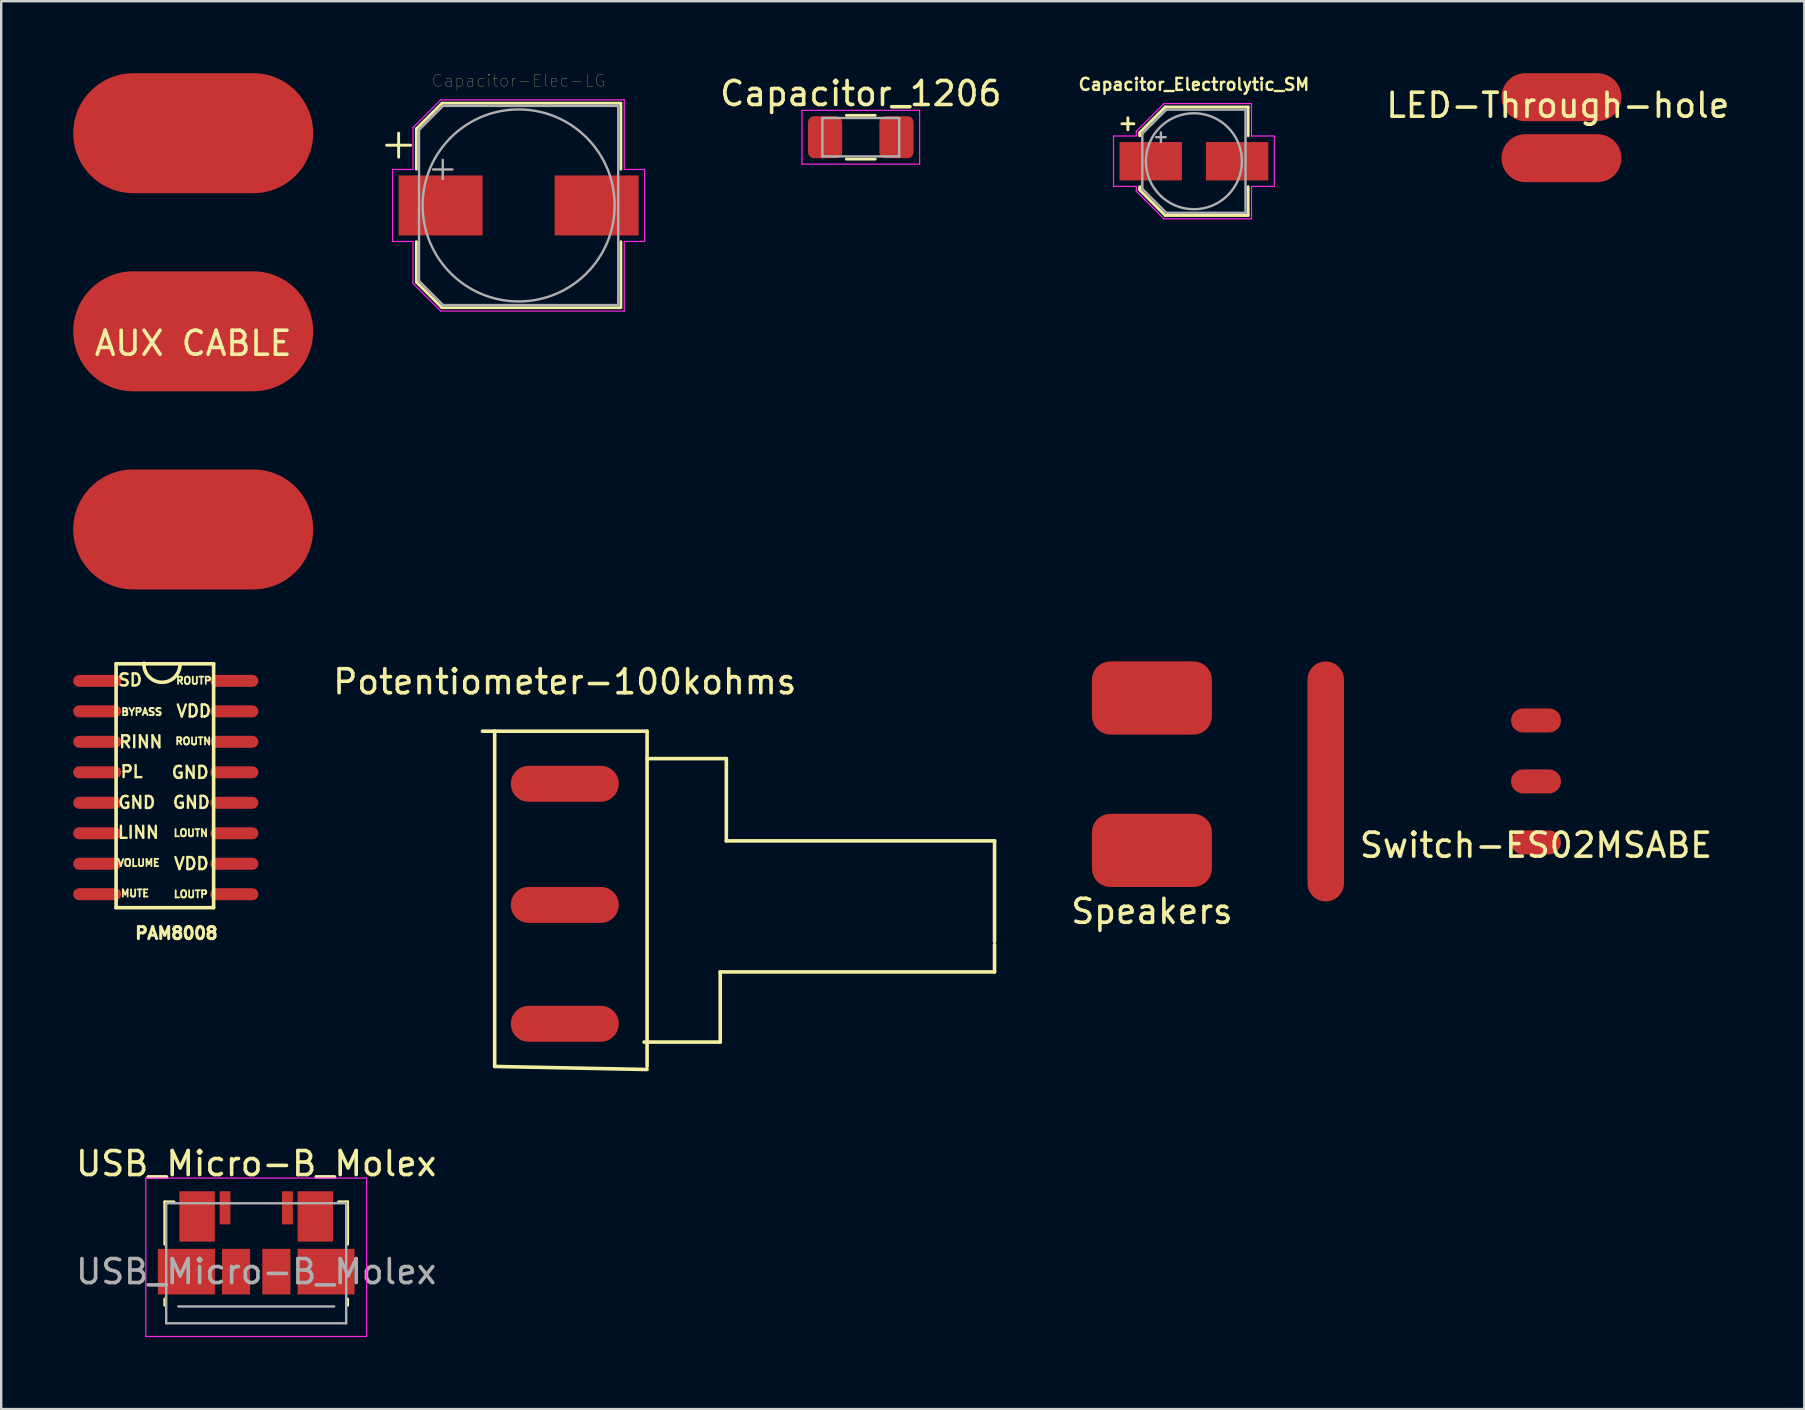
<source format=kicad_pcb>
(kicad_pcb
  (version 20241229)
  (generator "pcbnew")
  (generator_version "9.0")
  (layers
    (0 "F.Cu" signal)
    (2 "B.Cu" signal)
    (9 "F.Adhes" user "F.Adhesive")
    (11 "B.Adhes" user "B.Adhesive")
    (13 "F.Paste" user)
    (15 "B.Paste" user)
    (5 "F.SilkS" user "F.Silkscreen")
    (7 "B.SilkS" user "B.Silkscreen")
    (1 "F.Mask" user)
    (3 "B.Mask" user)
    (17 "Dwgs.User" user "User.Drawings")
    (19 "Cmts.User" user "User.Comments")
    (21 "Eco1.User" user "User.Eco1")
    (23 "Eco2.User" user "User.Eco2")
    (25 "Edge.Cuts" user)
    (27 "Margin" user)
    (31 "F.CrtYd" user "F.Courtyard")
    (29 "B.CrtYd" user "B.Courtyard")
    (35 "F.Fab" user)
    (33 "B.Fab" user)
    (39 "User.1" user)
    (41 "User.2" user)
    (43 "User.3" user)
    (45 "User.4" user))
  (footprint "Capacitor_Electrolytic_SM"
    (layer "F.Cu")
    (at 46.697 3.668)
    (property "Reference" "Capacitor_Electrolytic_SM" (at 0 -3.2 0) (layer "F.SilkS") (effects (font (size 0.5 0.5) (thickness 0.1))))
    (attr smd)
    (fp_line (start -3 -1.56) (end -2.5 -1.56) (stroke (width 0.12) (type solid)) (layer "F.SilkS"))
    (fp_line (start -2.75 -1.81) (end -2.75 -1.31) (stroke (width 0.12) (type solid)) (layer "F.SilkS"))
    (fp_line (start -2.26 -1.196) (end -2.26 -1.06) (stroke (width 0.12) (type solid)) (layer "F.SilkS"))
    (fp_line (start -2.26 -1.196) (end -1.196 -2.26) (stroke (width 0.12) (type solid)) (layer "F.SilkS"))
    (fp_line (start -2.26 1.196) (end -2.26 1.06) (stroke (width 0.12) (type solid)) (layer "F.SilkS"))
    (fp_line (start -2.26 1.196) (end -1.196 2.26) (stroke (width 0.12) (type solid)) (layer "F.SilkS"))
    (fp_line (start -1.196 -2.26) (end 2.26 -2.26) (stroke (width 0.12) (type solid)) (layer "F.SilkS"))
    (fp_line (start -1.196 2.26) (end 2.26 2.26) (stroke (width 0.12) (type solid)) (layer "F.SilkS"))
    (fp_line (start 2.26 -2.26) (end 2.26 -1.06) (stroke (width 0.12) (type solid)) (layer "F.SilkS"))
    (fp_line (start 2.26 2.26) (end 2.26 1.06) (stroke (width 0.12) (type solid)) (layer "F.SilkS"))
    (fp_line (start -3.35 -1.05) (end -3.35 1.05) (stroke (width 0.05) (type solid)) (layer "F.CrtYd"))
    (fp_line (start -3.35 1.05) (end -2.4 1.05) (stroke (width 0.05) (type solid)) (layer "F.CrtYd"))
    (fp_line (start -2.4 -1.25) (end -2.4 -1.05) (stroke (width 0.05) (type solid)) (layer "F.CrtYd"))
    (fp_line (start -2.4 -1.25) (end -1.25 -2.4) (stroke (width 0.05) (type solid)) (layer "F.CrtYd"))
    (fp_line (start -2.4 -1.05) (end -3.35 -1.05) (stroke (width 0.05) (type solid)) (layer "F.CrtYd"))
    (fp_line (start -2.4 1.05) (end -2.4 1.25) (stroke (width 0.05) (type solid)) (layer "F.CrtYd"))
    (fp_line (start -2.4 1.25) (end -1.25 2.4) (stroke (width 0.05) (type solid)) (layer "F.CrtYd"))
    (fp_line (start -1.25 -2.4) (end 2.4 -2.4) (stroke (width 0.05) (type solid)) (layer "F.CrtYd"))
    (fp_line (start -1.25 2.4) (end 2.4 2.4) (stroke (width 0.05) (type solid)) (layer "F.CrtYd"))
    (fp_line (start 2.4 -2.4) (end 2.4 -1.05) (stroke (width 0.05) (type solid)) (layer "F.CrtYd"))
    (fp_line (start 2.4 -1.05) (end 3.35 -1.05) (stroke (width 0.05) (type solid)) (layer "F.CrtYd"))
    (fp_line (start 2.4 1.05) (end 2.4 2.4) (stroke (width 0.05) (type solid)) (layer "F.CrtYd"))
    (fp_line (start 3.35 -1.05) (end 3.35 1.05) (stroke (width 0.05) (type solid)) (layer "F.CrtYd"))
    (fp_line (start 3.35 1.05) (end 2.4 1.05) (stroke (width 0.05) (type solid)) (layer "F.CrtYd"))
    (fp_line (start -2.15 -1.15) (end -2.15 1.15) (stroke (width 0.1) (type solid)) (layer "F.Fab"))
    (fp_line (start -2.15 -1.15) (end -1.15 -2.15) (stroke (width 0.1) (type solid)) (layer "F.Fab"))
    (fp_line (start -2.15 1.15) (end -1.15 2.15) (stroke (width 0.1) (type solid)) (layer "F.Fab"))
    (fp_line (start -1.575 -1) (end -1.175 -1) (stroke (width 0.1) (type solid)) (layer "F.Fab"))
    (fp_line (start -1.375 -1.2) (end -1.375 -0.8) (stroke (width 0.1) (type solid)) (layer "F.Fab"))
    (fp_line (start -1.15 -2.15) (end 2.15 -2.15) (stroke (width 0.1) (type solid)) (layer "F.Fab"))
    (fp_line (start -1.15 2.15) (end 2.15 2.15) (stroke (width 0.1) (type solid)) (layer "F.Fab"))
    (fp_line (start 2.15 -2.15) (end 2.15 2.15) (stroke (width 0.1) (type solid)) (layer "F.Fab"))
    (fp_circle (center 0 0) (end 2 0) (stroke (width 0.1) (type solid)) (fill no) (layer "F.Fab"))
    (fp_text user "" (at 0 0 0) (layer "F.Fab") (effects (font (size 0.8 0.8) (thickness 0.12))))
    (pad "1" smd rect (at -1.8 0) (size 2.6 1.6) (layers "F.Cu" "F.Mask" "F.Paste"))
    (pad "2" smd rect (at 1.8 0) (size 2.6 1.6) (layers "F.Cu" "F.Mask" "F.Paste")))
  (footprint "Switch-ES02MSABE"
    (layer "F.Cu")
    (at 60.952 31.669)
    (property "Reference" "Switch-ES02MSABE" (at 0 0.5 0) (layer "F.SilkS") (effects (font (size 1 1) (thickness 0.15))))
    (attr through_hole)
    (pad "" smd oval (at -8.763 -2.159 90) (size 10 1.52) (layers "F.Cu" "F.Mask" "F.Paste"))
    (pad "1" smd oval (at 0 -4.699) (size 2.08 1) (layers "F.Cu" "F.Mask" "F.Paste"))
    (pad "2" smd oval (at 0 -2.159) (size 2.08 1) (layers "F.Cu" "F.Mask" "F.Paste"))
    (pad "3" smd oval (at 0 0.381) (size 2.08 1) (layers "F.Cu" "F.Mask" "F.Paste")))
  (footprint "Capacitor-Elec-LG"
    (layer "F.Cu")
    (at 18.56 5.51)
    (property "Reference" "Capacitor-Elec-LG" (at 0 -5.2 0) (layer "F.SilkS") (effects (font (size 0.5 0.5) (thickness 0.01))))
    (attr smd)
    (fp_line (start -5.5 -2.51) (end -4.5 -2.51) (stroke (width 0.12) (type solid)) (layer "F.SilkS"))
    (fp_line (start -5 -3.01) (end -5 -2.01) (stroke (width 0.12) (type solid)) (layer "F.SilkS"))
    (fp_line (start -4.26 -3.196) (end -4.26 -1.51) (stroke (width 0.12) (type solid)) (layer "F.SilkS"))
    (fp_line (start -4.26 -3.196) (end -3.196 -4.26) (stroke (width 0.12) (type solid)) (layer "F.SilkS"))
    (fp_line (start -4.26 3.196) (end -4.26 1.51) (stroke (width 0.12) (type solid)) (layer "F.SilkS"))
    (fp_line (start -4.26 3.196) (end -3.196 4.26) (stroke (width 0.12) (type solid)) (layer "F.SilkS"))
    (fp_line (start -3.196 -4.26) (end 4.26 -4.26) (stroke (width 0.12) (type solid)) (layer "F.SilkS"))
    (fp_line (start -3.196 4.26) (end 4.26 4.26) (stroke (width 0.12) (type solid)) (layer "F.SilkS"))
    (fp_line (start 4.26 -4.26) (end 4.26 -1.51) (stroke (width 0.12) (type solid)) (layer "F.SilkS"))
    (fp_line (start 4.26 4.26) (end 4.26 1.51) (stroke (width 0.12) (type solid)) (layer "F.SilkS"))
    (fp_line (start -5.25 -1.5) (end -5.25 1.5) (stroke (width 0.05) (type solid)) (layer "F.CrtYd"))
    (fp_line (start -5.25 1.5) (end -4.4 1.5) (stroke (width 0.05) (type solid)) (layer "F.CrtYd"))
    (fp_line (start -4.4 -3.25) (end -4.4 -1.5) (stroke (width 0.05) (type solid)) (layer "F.CrtYd"))
    (fp_line (start -4.4 -3.25) (end -3.25 -4.4) (stroke (width 0.05) (type solid)) (layer "F.CrtYd"))
    (fp_line (start -4.4 -1.5) (end -5.25 -1.5) (stroke (width 0.05) (type solid)) (layer "F.CrtYd"))
    (fp_line (start -4.4 1.5) (end -4.4 3.25) (stroke (width 0.05) (type solid)) (layer "F.CrtYd"))
    (fp_line (start -4.4 3.25) (end -3.25 4.4) (stroke (width 0.05) (type solid)) (layer "F.CrtYd"))
    (fp_line (start -3.25 -4.4) (end 4.4 -4.4) (stroke (width 0.05) (type solid)) (layer "F.CrtYd"))
    (fp_line (start -3.25 4.4) (end 4.4 4.4) (stroke (width 0.05) (type solid)) (layer "F.CrtYd"))
    (fp_line (start 4.4 -4.4) (end 4.4 -1.5) (stroke (width 0.05) (type solid)) (layer "F.CrtYd"))
    (fp_line (start 4.4 -1.5) (end 5.25 -1.5) (stroke (width 0.05) (type solid)) (layer "F.CrtYd"))
    (fp_line (start 4.4 1.5) (end 4.4 4.4) (stroke (width 0.05) (type solid)) (layer "F.CrtYd"))
    (fp_line (start 5.25 -1.5) (end 5.25 1.5) (stroke (width 0.05) (type solid)) (layer "F.CrtYd"))
    (fp_line (start 5.25 1.5) (end 4.4 1.5) (stroke (width 0.05) (type solid)) (layer "F.CrtYd"))
    (fp_line (start -4.15 -3.15) (end -4.15 3.15) (stroke (width 0.1) (type solid)) (layer "F.Fab"))
    (fp_line (start -4.15 -3.15) (end -3.15 -4.15) (stroke (width 0.1) (type solid)) (layer "F.Fab"))
    (fp_line (start -4.15 3.15) (end -3.15 4.15) (stroke (width 0.1) (type solid)) (layer "F.Fab"))
    (fp_line (start -3.562 -1.5) (end -2.762 -1.5) (stroke (width 0.1) (type solid)) (layer "F.Fab"))
    (fp_line (start -3.162 -1.9) (end -3.162 -1.1) (stroke (width 0.1) (type solid)) (layer "F.Fab"))
    (fp_line (start -3.15 -4.15) (end 4.15 -4.15) (stroke (width 0.1) (type solid)) (layer "F.Fab"))
    (fp_line (start -3.15 4.15) (end 4.15 4.15) (stroke (width 0.1) (type solid)) (layer "F.Fab"))
    (fp_line (start 4.15 -4.15) (end 4.15 4.15) (stroke (width 0.1) (type solid)) (layer "F.Fab"))
    (fp_circle (center 0 0) (end 4 0) (stroke (width 0.1) (type solid)) (fill no) (layer "F.Fab"))
    (fp_text user "" (at 0 0 0) (layer "F.Fab") (effects (font (size 1 1) (thickness 0.15))))
    (pad "" smd rect (at -3.25 0) (size 3.5 2.5) (layers "F.Cu" "F.Mask" "F.Paste"))
    (pad "" smd rect (at 3.25 0) (size 3.5 2.5) (layers "F.Cu" "F.Mask" "F.Paste")))
  (footprint "Potentiometer-100kohms"
    (layer "F.Cu")
    (at 20.483 39.608)
    (property "Reference" "Potentiometer-100kohms" (at 0 -14.25 0) (layer "F.SilkS") (effects (font (size 1 1) (thickness 0.15))))
    (attr through_hole)
    (fp_line (start -3.429 -12.192) (end 3.429 -12.192) (stroke (width 0.15) (type solid)) (layer "F.SilkS"))
    (fp_line (start -2.921 1.778) (end -2.921 -12.192) (stroke (width 0.15) (type solid)) (layer "F.SilkS"))
    (fp_line (start 3.429 -12.192) (end 3.429 1.778) (stroke (width 0.15) (type solid)) (layer "F.SilkS"))
    (fp_line (start 3.429 -11.049) (end 6.731 -11.049) (stroke (width 0.15) (type solid)) (layer "F.SilkS"))
    (fp_line (start 3.429 1.905) (end -2.921 1.778) (stroke (width 0.15) (type solid)) (layer "F.SilkS"))
    (fp_line (start 6.477 -2.159) (end 6.477 0.762) (stroke (width 0.15) (type solid)) (layer "F.SilkS"))
    (fp_line (start 6.477 0.762) (end 3.302 0.762) (stroke (width 0.15) (type solid)) (layer "F.SilkS"))
    (fp_line (start 6.731 -11.049) (end 6.731 -7.62) (stroke (width 0.15) (type solid)) (layer "F.SilkS"))
    (fp_line (start 6.731 -7.62) (end 17.907 -7.62) (stroke (width 0.15) (type solid)) (layer "F.SilkS"))
    (fp_line (start 17.907 -7.62) (end 17.907 -3.429) (stroke (width 0.15) (type solid)) (layer "F.SilkS"))
    (fp_line (start 17.907 -3.302) (end 17.907 -2.159) (stroke (width 0.15) (type solid)) (layer "F.SilkS"))
    (fp_line (start 17.907 -2.159) (end 6.477 -2.159) (stroke (width 0.15) (type solid)) (layer "F.SilkS"))
    (pad "" smd oval (at 0 -10) (size 4.5 1.5) (layers "F.Cu" "F.Mask" "F.Paste"))
    (pad "" smd oval (at 0 -4.953) (size 4.5 1.5) (layers "F.Cu" "F.Mask" "F.Paste"))
    (pad "" smd oval (at 0 0) (size 4.5 1.5) (layers "F.Cu" "F.Mask" "F.Paste")))
  (footprint "USB_Micro-B_Molex"
    (layer "F.Cu")
    (at 7.625 48.736)
    (property "Reference" "USB_Micro-B_Molex" (at 0 -3.3 180) (layer "F.SilkS") (effects (font (size 1 1) (thickness 0.15))))
    (attr smd)
    (fp_line (start -3.81 -1.71) (end -3.43 -1.71) (stroke (width 0.12) (type solid)) (layer "F.SilkS"))
    (fp_line (start -3.81 0.06) (end -3.81 -1.71) (stroke (width 0.12) (type solid)) (layer "F.SilkS"))
    (fp_line (start -3.81 2.6) (end -3.81 2.34) (stroke (width 0.12) (type solid)) (layer "F.SilkS"))
    (fp_line (start 3.81 -1.71) (end 3.43 -1.71) (stroke (width 0.12) (type solid)) (layer "F.SilkS"))
    (fp_line (start 3.81 -1.71) (end 3.81 0.06) (stroke (width 0.12) (type solid)) (layer "F.SilkS"))
    (fp_line (start 3.81 2.34) (end 3.81 2.6) (stroke (width 0.12) (type solid)) (layer "F.SilkS"))
    (fp_line (start -4.6 -2.7) (end 4.6 -2.7) (stroke (width 0.05) (type solid)) (layer "F.CrtYd"))
    (fp_line (start -4.6 3.9) (end -4.6 -2.7) (stroke (width 0.05) (type solid)) (layer "F.CrtYd"))
    (fp_line (start 4.6 -2.7) (end 4.6 3.9) (stroke (width 0.05) (type solid)) (layer "F.CrtYd"))
    (fp_line (start 4.6 3.9) (end -4.6 3.9) (stroke (width 0.05) (type solid)) (layer "F.CrtYd"))
    (fp_line (start -3.75 -1.65) (end 3.75 -1.65) (stroke (width 0.1) (type solid)) (layer "F.Fab"))
    (fp_line (start -3.75 3.35) (end -3.75 -1.65) (stroke (width 0.1) (type solid)) (layer "F.Fab"))
    (fp_line (start -3.25 2.65) (end 3.25 2.65) (stroke (width 0.1) (type solid)) (layer "F.Fab"))
    (fp_line (start 3.75 -1.65) (end 3.75 3.35) (stroke (width 0.1) (type solid)) (layer "F.Fab"))
    (fp_line (start 3.75 3.35) (end -3.75 3.35) (stroke (width 0.1) (type solid)) (layer "F.Fab"))
    (fp_text user "" (at 0 2.67 180) (layer "Dwgs.User") (effects (font (size 0.4 0.4) (thickness 0.04))))
    (fp_text user "${REFERENCE}" (at 0 1.2 0) (layer "F.Fab") (effects (font (size 1 1) (thickness 0.15))))
    (pad "1" smd rect (at -1.3 -1.46) (size 0.45 1.38) (layers "F.Cu" "F.Mask" "F.Paste"))
    (pad "5" smd rect (at 1.3 -1.46) (size 0.45 1.38) (layers "F.Cu" "F.Mask" "F.Paste"))
    (pad "6" smd rect (at -2.91 1.2) (size 2.375 1.9) (layers "F.Cu" "F.Mask" "F.Paste"))
    (pad "6" smd rect (at -2.462 -1.1) (size 1.475 2.1) (layers "F.Cu" "F.Mask" "F.Paste"))
    (pad "6" smd rect (at -0.84 1.2) (size 1.175 1.9) (layers "F.Cu" "F.Mask" "F.Paste"))
    (pad "6" smd rect (at 0.84 1.2) (size 1.175 1.9) (layers "F.Cu" "F.Mask" "F.Paste"))
    (pad "6" smd rect (at 2.462 -1.1) (size 1.475 2.1) (layers "F.Cu" "F.Mask" "F.Paste"))
    (pad "6" smd rect (at 2.91 1.2) (size 2.375 1.9) (layers "F.Cu" "F.Mask" "F.Paste")))
  (footprint "AUX CABLE"
    (layer "F.Cu")
    (at 5 10.755)
    (property "Reference" "AUX CABLE" (at 0 0.5 0) (layer "F.SilkS") (effects (font (size 1 1) (thickness 0.15))))
    (attr through_hole)
    (pad "R" smd oval (at 0 0) (size 10 5) (layers "F.Cu" "F.Mask" "F.Paste"))
    (pad "S" smd oval (at 0 -8.255) (size 10 5) (layers "F.Cu" "F.Mask" "F.Paste"))
    (pad "T" smd oval (at 0 8.255) (size 10 5) (layers "F.Cu" "F.Mask" "F.Paste")))
  (footprint "Capacitor_1206"
    (layer "F.Cu")
    (at 32.817 2.668)
    (property "Reference" "Capacitor_1206" (at 0 -1.82 0) (layer "F.SilkS") (effects (font (size 1 1) (thickness 0.15))))
    (attr smd)
    (fp_line (start -0.602 -0.91) (end 0.602 -0.91) (stroke (width 0.12) (type solid)) (layer "F.SilkS"))
    (fp_line (start -0.602 0.91) (end 0.602 0.91) (stroke (width 0.12) (type solid)) (layer "F.SilkS"))
    (fp_line (start -2.45 -1.12) (end 2.45 -1.12) (stroke (width 0.05) (type solid)) (layer "F.CrtYd"))
    (fp_line (start -2.45 1.12) (end -2.45 -1.12) (stroke (width 0.05) (type solid)) (layer "F.CrtYd"))
    (fp_line (start 2.45 -1.12) (end 2.45 1.12) (stroke (width 0.05) (type solid)) (layer "F.CrtYd"))
    (fp_line (start 2.45 1.12) (end -2.45 1.12) (stroke (width 0.05) (type solid)) (layer "F.CrtYd"))
    (fp_line (start -1.6 -0.8) (end 1.6 -0.8) (stroke (width 0.1) (type solid)) (layer "F.Fab"))
    (fp_line (start -1.6 0.8) (end -1.6 -0.8) (stroke (width 0.1) (type solid)) (layer "F.Fab"))
    (fp_line (start 1.6 -0.8) (end 1.6 0.8) (stroke (width 0.1) (type solid)) (layer "F.Fab"))
    (fp_line (start 1.6 0.8) (end -1.6 0.8) (stroke (width 0.1) (type solid)) (layer "F.Fab"))
    (pad "1" smd roundrect (at -1.488 0) (size 1.425 1.75) (layers "F.Cu" "F.Mask" "F.Paste") (roundrect_rratio 0.175))
    (pad "2" smd roundrect (at 1.488 0) (size 1.425 1.75) (layers "F.Cu" "F.Mask" "F.Paste") (roundrect_rratio 0.175)))
  (footprint "LED-Through-hole"
    (layer "F.Cu")
    (at 62.012 3.54)
    (property "Reference" "LED-Through-hole" (at -0.15 -2.202 0) (layer "F.SilkS") (effects (font (size 1 1) (thickness 0.15))))
    (attr through_hole)
    (pad "1" smd oval (at 0 0) (size 5 2) (layers "F.Cu" "F.Mask" "F.Paste"))
    (pad "2" smd oval (at 0 -2.54) (size 5 2) (layers "F.Cu" "F.Mask" "F.Paste")))
  (footprint "Speakers"
    (layer "F.Cu")
    (at 44.947 29.844)
    (property "Reference" "Speakers" (at 0 5.08 0) (layer "F.SilkS") (effects (font (size 1 1) (thickness 0.15))))
    (attr smd)
    (pad "1" smd roundrect (at 0 -3.81) (size 5 3.048) (layers "F.Cu" "F.Mask" "F.Paste") (roundrect_rratio 0.25))
    (pad "2" smd roundrect (at 0 2.54) (size 5 3.048) (layers "F.Cu" "F.Mask" "F.Paste") (roundrect_rratio 0.25)))
  (footprint "PAM8008"
    (layer "F.Cu")
    (at 4.175 27.86)
    (property "Reference" "PAM8008" (at 0.125 7.975 0) (layer "F.SilkS") (effects (font (size 0.5 0.5) (thickness 0.125))))
    (attr smd)
    (fp_line (start -2.388 -3.251) (end -2.388 6.909) (stroke (width 0.15) (type solid)) (layer "F.SilkS"))
    (fp_line (start -2.388 6.909) (end 1.676 6.909) (stroke (width 0.15) (type solid)) (layer "F.SilkS"))
    (fp_line (start 1.676 -3.251) (end -2.388 -3.251) (stroke (width 0.15) (type solid)) (layer "F.SilkS"))
    (fp_line (start 1.676 6.909) (end 1.676 -3.251) (stroke (width 0.15) (type solid)) (layer "F.SilkS"))
    (fp_arc (start 0.27445 -3.167351) (mid -0.528825 -2.475266) (end -1.224999 -3.274999) (stroke (width 0.15) (type solid)) (layer "F.SilkS"))
    (fp_text user "GND" (at 0.7 1.275 0) (layer "F.SilkS") (effects (font (size 0.5 0.5) (thickness 0.1))))
    (fp_text user "MUTE" (at -1.6 6.312 0) (layer "F.SilkS") (effects (font (size 0.3 0.3) (thickness 0.075))))
    (fp_text user "LOUTP" (at 0.725 6.35 0) (layer "F.SilkS") (effects (font (size 0.3 0.3) (thickness 0.075))))
    (fp_text user "LOUTN" (at 0.725 3.8 0) (layer "F.SilkS") (effects (font (size 0.3 0.3) (thickness 0.075))))
    (fp_text user "PL" (at -1.74 1.245 0) (layer "F.SilkS") (effects (font (size 0.5 0.5) (thickness 0.1))))
    (fp_text user "VDD" (at 0.75 5.075 0) (layer "F.SilkS") (effects (font (size 0.5 0.5) (thickness 0.1))))
    (fp_text user "GND" (at -1.524 2.527 0) (layer "F.SilkS") (effects (font (size 0.5 0.5) (thickness 0.1))))
    (fp_text user "ROUTP" (at 0.85 -2.55 0) (layer "F.SilkS") (effects (font (size 0.3 0.3) (thickness 0.075))))
    (fp_text user "VOLUME" (at -1.448 5.042 0) (layer "F.SilkS") (effects (font (size 0.3 0.3) (thickness 0.075))))
    (fp_text user "BYPASS" (at -1.321 -1.245 0) (layer "F.SilkS") (effects (font (size 0.3 0.3) (thickness 0.075))))
    (fp_text user "SD" (at -1.803 -2.578 0) (layer "F.SilkS") (effects (font (size 0.5 0.5) (thickness 0.1))))
    (fp_text user "VDD" (at 0.85 -1.283 0) (layer "F.SilkS") (effects (font (size 0.5 0.5) (thickness 0.1))))
    (fp_text user "GND" (at 0.75 2.525 0) (layer "F.SilkS") (effects (font (size 0.5 0.5) (thickness 0.1))))
    (fp_text user "LINN" (at -1.46 3.772 0) (layer "F.SilkS") (effects (font (size 0.5 0.5) (thickness 0.1))))
    (fp_text user "ROUTN" (at 0.825 -0.025 0) (layer "F.SilkS") (effects (font (size 0.3 0.3) (thickness 0.075))))
    (fp_text user "RINN" (at -1.359 0 0) (layer "F.SilkS") (effects (font (size 0.5 0.5) (thickness 0.1))))
    (pad "1" smd oval (at -3.175 -2.54) (size 2 0.5) (layers "F.Cu" "F.Mask" "F.Paste"))
    (pad "2" smd oval (at -3.175 -1.27) (size 2 0.5) (layers "F.Cu" "F.Mask" "F.Paste"))
    (pad "3" smd oval (at -3.175 0) (size 2 0.5) (layers "F.Cu" "F.Mask" "F.Paste"))
    (pad "4" smd oval (at -3.175 1.27) (size 2 0.5) (layers "F.Cu" "F.Mask" "F.Paste"))
    (pad "5" smd oval (at -3.175 2.54) (size 2 0.5) (layers "F.Cu" "F.Mask" "F.Paste"))
    (pad "6" smd oval (at -3.175 3.81) (size 2 0.5) (layers "F.Cu" "F.Mask" "F.Paste"))
    (pad "7" smd oval (at -3.175 5.08) (size 2 0.5) (layers "F.Cu" "F.Mask" "F.Paste"))
    (pad "8" smd oval (at -3.175 6.35) (size 2 0.5) (layers "F.Cu" "F.Mask" "F.Paste"))
    (pad "9" smd oval (at 2.54 6.35) (size 2 0.5) (layers "F.Cu" "F.Mask" "F.Paste"))
    (pad "10" smd oval (at 2.54 5.08) (size 2 0.5) (layers "F.Cu" "F.Mask" "F.Paste"))
    (pad "11" smd oval (at 2.54 3.81) (size 2 0.5) (layers "F.Cu" "F.Mask" "F.Paste"))
    (pad "12" smd oval (at 2.54 2.54) (size 2 0.5) (layers "F.Cu" "F.Mask" "F.Paste"))
    (pad "13" smd oval (at 2.54 1.27) (size 2 0.5) (layers "F.Cu" "F.Mask" "F.Paste"))
    (pad "14" smd oval (at 2.54 0) (size 2 0.5) (layers "F.Cu" "F.Mask" "F.Paste"))
    (pad "15" smd oval (at 2.54 -1.27) (size 2 0.5) (layers "F.Cu" "F.Mask" "F.Paste"))
    (pad "16" smd oval (at 2.54 -2.54) (size 2 0.5) (layers "F.Cu" "F.Mask" "F.Paste")))
  (gr_rect
    (start -3 -3)
    (end 72.13 55.661)
    (stroke (width 0.1) (type default))
    (fill no)
    (layer "Edge.Cuts")))
</source>
